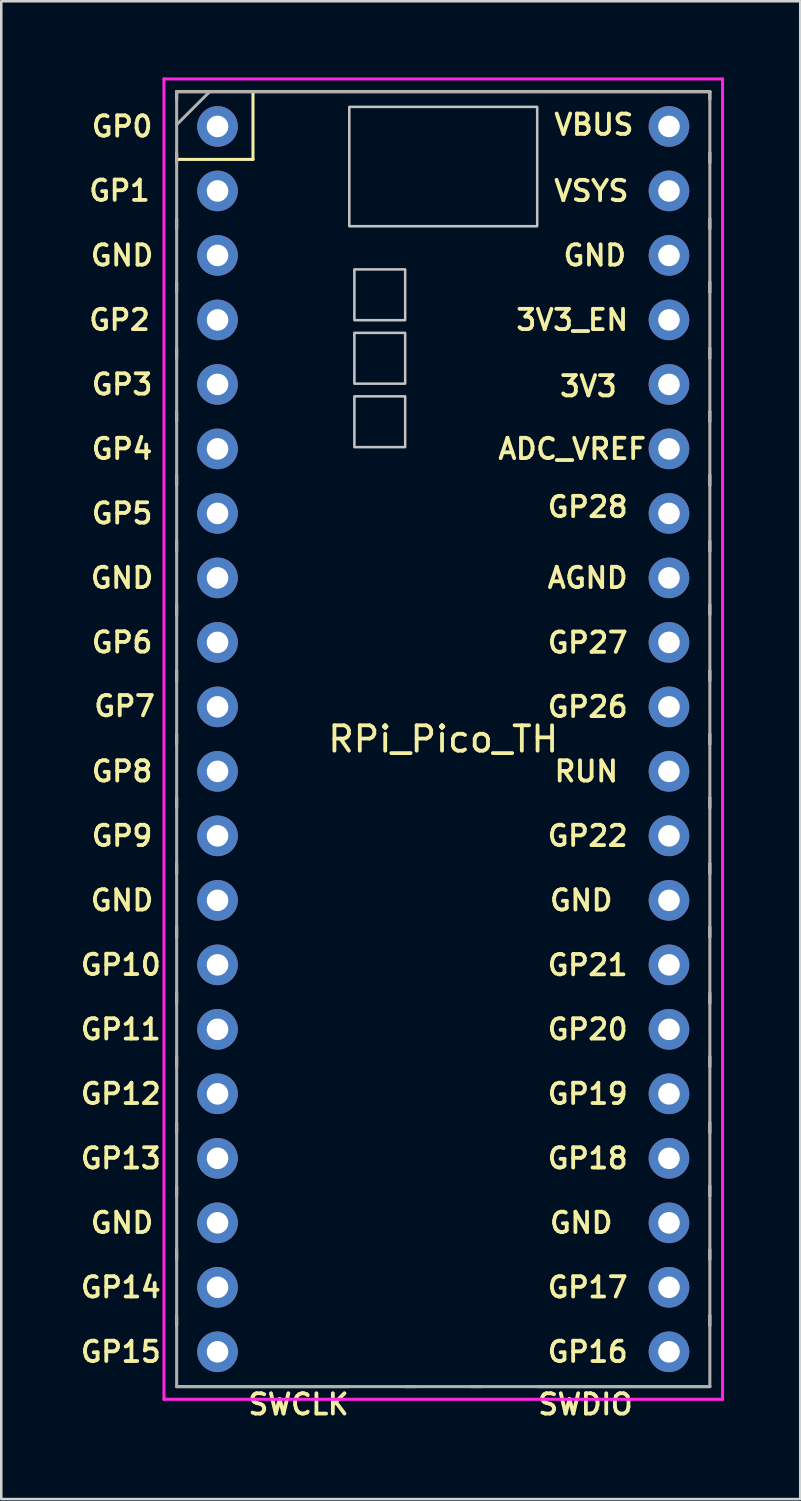
<source format=kicad_pcb>
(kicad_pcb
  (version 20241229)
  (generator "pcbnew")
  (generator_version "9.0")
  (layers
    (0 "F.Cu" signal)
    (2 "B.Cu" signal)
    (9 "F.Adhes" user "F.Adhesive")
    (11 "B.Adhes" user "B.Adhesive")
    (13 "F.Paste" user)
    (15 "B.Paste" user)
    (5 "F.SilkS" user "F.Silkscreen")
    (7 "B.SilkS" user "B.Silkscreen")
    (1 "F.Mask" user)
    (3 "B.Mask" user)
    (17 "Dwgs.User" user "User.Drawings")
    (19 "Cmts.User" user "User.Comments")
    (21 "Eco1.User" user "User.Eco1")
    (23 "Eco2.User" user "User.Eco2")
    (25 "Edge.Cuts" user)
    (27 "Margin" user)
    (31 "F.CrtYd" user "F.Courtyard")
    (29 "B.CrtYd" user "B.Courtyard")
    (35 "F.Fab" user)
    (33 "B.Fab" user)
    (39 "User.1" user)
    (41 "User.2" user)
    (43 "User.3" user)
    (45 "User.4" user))
  (footprint "RPi_Pico_TH"
    (layer "F.Cu")
    (at 14.407 26.06)
    (property "Reference" "RPi_Pico_TH" (at 0 0 0) (layer "F.SilkS") (effects (font (size 1 1) (thickness 0.15))))
    (attr through_hole)
    (fp_line (start -10.5 -25.5) (end -10.5 -25.2) (stroke (width 0.12) (type solid)) (layer "F.SilkS"))
    (fp_line (start -10.5 -25.5) (end 10.5 -25.5) (stroke (width 0.12) (type solid)) (layer "F.SilkS"))
    (fp_line (start -10.5 -23.1) (end -10.5 -22.7) (stroke (width 0.12) (type solid)) (layer "F.SilkS"))
    (fp_line (start -10.5 -22.833) (end -7.493 -22.833) (stroke (width 0.12) (type solid)) (layer "F.SilkS"))
    (fp_line (start -10.5 -20.5) (end -10.5 -20.1) (stroke (width 0.12) (type solid)) (layer "F.SilkS"))
    (fp_line (start -10.5 -18) (end -10.5 -17.6) (stroke (width 0.12) (type solid)) (layer "F.SilkS"))
    (fp_line (start -10.5 -15.4) (end -10.5 -15) (stroke (width 0.12) (type solid)) (layer "F.SilkS"))
    (fp_line (start -10.5 -12.9) (end -10.5 -12.5) (stroke (width 0.12) (type solid)) (layer "F.SilkS"))
    (fp_line (start -10.5 -10.4) (end -10.5 -10) (stroke (width 0.12) (type solid)) (layer "F.SilkS"))
    (fp_line (start -10.5 -7.8) (end -10.5 -7.4) (stroke (width 0.12) (type solid)) (layer "F.SilkS"))
    (fp_line (start -10.5 -5.3) (end -10.5 -4.9) (stroke (width 0.12) (type solid)) (layer "F.SilkS"))
    (fp_line (start -10.5 -2.7) (end -10.5 -2.3) (stroke (width 0.12) (type solid)) (layer "F.SilkS"))
    (fp_line (start -10.5 -0.2) (end -10.5 0.2) (stroke (width 0.12) (type solid)) (layer "F.SilkS"))
    (fp_line (start -10.5 2.3) (end -10.5 2.7) (stroke (width 0.12) (type solid)) (layer "F.SilkS"))
    (fp_line (start -10.5 4.9) (end -10.5 5.3) (stroke (width 0.12) (type solid)) (layer "F.SilkS"))
    (fp_line (start -10.5 7.4) (end -10.5 7.8) (stroke (width 0.12) (type solid)) (layer "F.SilkS"))
    (fp_line (start -10.5 10) (end -10.5 10.4) (stroke (width 0.12) (type solid)) (layer "F.SilkS"))
    (fp_line (start -10.5 12.5) (end -10.5 12.9) (stroke (width 0.12) (type solid)) (layer "F.SilkS"))
    (fp_line (start -10.5 15.1) (end -10.5 15.5) (stroke (width 0.12) (type solid)) (layer "F.SilkS"))
    (fp_line (start -10.5 17.6) (end -10.5 18) (stroke (width 0.12) (type solid)) (layer "F.SilkS"))
    (fp_line (start -10.5 20.1) (end -10.5 20.5) (stroke (width 0.12) (type solid)) (layer "F.SilkS"))
    (fp_line (start -10.5 22.7) (end -10.5 23.1) (stroke (width 0.12) (type solid)) (layer "F.SilkS"))
    (fp_line (start -7.493 -22.833) (end -7.493 -25.5) (stroke (width 0.12) (type solid)) (layer "F.SilkS"))
    (fp_line (start -3.7 25.5) (end -10.5 25.5) (stroke (width 0.12) (type solid)) (layer "F.SilkS"))
    (fp_line (start -1.5 25.5) (end -1.1 25.5) (stroke (width 0.12) (type solid)) (layer "F.SilkS"))
    (fp_line (start 1.1 25.5) (end 1.5 25.5) (stroke (width 0.12) (type solid)) (layer "F.SilkS"))
    (fp_line (start 10.5 -25.5) (end 10.5 -25.2) (stroke (width 0.12) (type solid)) (layer "F.SilkS"))
    (fp_line (start 10.5 -23.1) (end 10.5 -22.7) (stroke (width 0.12) (type solid)) (layer "F.SilkS"))
    (fp_line (start 10.5 -20.5) (end 10.5 -20.1) (stroke (width 0.12) (type solid)) (layer "F.SilkS"))
    (fp_line (start 10.5 -18) (end 10.5 -17.6) (stroke (width 0.12) (type solid)) (layer "F.SilkS"))
    (fp_line (start 10.5 -15.4) (end 10.5 -15) (stroke (width 0.12) (type solid)) (layer "F.SilkS"))
    (fp_line (start 10.5 -12.9) (end 10.5 -12.5) (stroke (width 0.12) (type solid)) (layer "F.SilkS"))
    (fp_line (start 10.5 -10.4) (end 10.5 -10) (stroke (width 0.12) (type solid)) (layer "F.SilkS"))
    (fp_line (start 10.5 -7.8) (end 10.5 -7.4) (stroke (width 0.12) (type solid)) (layer "F.SilkS"))
    (fp_line (start 10.5 -5.3) (end 10.5 -4.9) (stroke (width 0.12) (type solid)) (layer "F.SilkS"))
    (fp_line (start 10.5 -2.7) (end 10.5 -2.3) (stroke (width 0.12) (type solid)) (layer "F.SilkS"))
    (fp_line (start 10.5 -0.2) (end 10.5 0.2) (stroke (width 0.12) (type solid)) (layer "F.SilkS"))
    (fp_line (start 10.5 2.3) (end 10.5 2.7) (stroke (width 0.12) (type solid)) (layer "F.SilkS"))
    (fp_line (start 10.5 4.9) (end 10.5 5.3) (stroke (width 0.12) (type solid)) (layer "F.SilkS"))
    (fp_line (start 10.5 7.4) (end 10.5 7.8) (stroke (width 0.12) (type solid)) (layer "F.SilkS"))
    (fp_line (start 10.5 10) (end 10.5 10.4) (stroke (width 0.12) (type solid)) (layer "F.SilkS"))
    (fp_line (start 10.5 12.5) (end 10.5 12.9) (stroke (width 0.12) (type solid)) (layer "F.SilkS"))
    (fp_line (start 10.5 15.1) (end 10.5 15.5) (stroke (width 0.12) (type solid)) (layer "F.SilkS"))
    (fp_line (start 10.5 17.6) (end 10.5 18) (stroke (width 0.12) (type solid)) (layer "F.SilkS"))
    (fp_line (start 10.5 20.1) (end 10.5 20.5) (stroke (width 0.12) (type solid)) (layer "F.SilkS"))
    (fp_line (start 10.5 22.7) (end 10.5 23.1) (stroke (width 0.12) (type solid)) (layer "F.SilkS"))
    (fp_line (start 10.5 25.5) (end 3.7 25.5) (stroke (width 0.12) (type solid)) (layer "F.SilkS"))
    (fp_poly (pts (xy -1.5 -16.5) (xy -3.5 -16.5) (xy -3.5 -18.5) (xy -1.5 -18.5)) (stroke (width 0.1) (type solid)) (fill no) (layer "Dwgs.User"))
    (fp_poly (pts (xy -1.5 -14) (xy -3.5 -14) (xy -3.5 -16) (xy -1.5 -16)) (stroke (width 0.1) (type solid)) (fill no) (layer "Dwgs.User"))
    (fp_poly (pts (xy -1.5 -11.5) (xy -3.5 -11.5) (xy -3.5 -13.5) (xy -1.5 -13.5)) (stroke (width 0.1) (type solid)) (fill no) (layer "Dwgs.User"))
    (fp_poly (pts (xy 3.7 -20.2) (xy -3.7 -20.2) (xy -3.7 -24.9) (xy 3.7 -24.9)) (stroke (width 0.1) (type solid)) (fill no) (layer "Dwgs.User"))
    (fp_line (start -11 -26) (end 11 -26) (stroke (width 0.12) (type solid)) (layer "F.CrtYd"))
    (fp_line (start -11 26) (end -11 -26) (stroke (width 0.12) (type solid)) (layer "F.CrtYd"))
    (fp_line (start 11 -26) (end 11 26) (stroke (width 0.12) (type solid)) (layer "F.CrtYd"))
    (fp_line (start 11 26) (end -11 26) (stroke (width 0.12) (type solid)) (layer "F.CrtYd"))
    (fp_line (start -10.5 -25.5) (end 10.5 -25.5) (stroke (width 0.12) (type solid)) (layer "F.Fab"))
    (fp_line (start -10.5 -24.2) (end -9.2 -25.5) (stroke (width 0.12) (type solid)) (layer "F.Fab"))
    (fp_line (start -10.5 25.5) (end -10.5 -25.5) (stroke (width 0.12) (type solid)) (layer "F.Fab"))
    (fp_line (start 10.5 -25.5) (end 10.5 25.5) (stroke (width 0.12) (type solid)) (layer "F.Fab"))
    (fp_line (start 10.5 25.5) (end -10.5 25.5) (stroke (width 0.12) (type solid)) (layer "F.Fab"))
    (fp_text user "GND" (at -12.65 6.35 0) (layer "F.SilkS") (effects (font (size 0.8 0.8) (thickness 0.15))))
    (fp_text user "3V3_EN" (at 5.08 -16.51 0) (layer "F.SilkS") (effects (font (size 0.8 0.8) (thickness 0.15))))
    (fp_text user "GP13" (at -12.7 16.51 0) (layer "F.SilkS") (effects (font (size 0.8 0.8) (thickness 0.15))))
    (fp_text user "RUN" (at 5.634 1.27 0) (layer "F.SilkS") (effects (font (size 0.8 0.8) (thickness 0.15))))
    (fp_text user "GP6" (at -12.65 -3.81 0) (layer "F.SilkS") (effects (font (size 0.8 0.8) (thickness 0.15))))
    (fp_text user "GP12" (at -12.7 13.97 0) (layer "F.SilkS") (effects (font (size 0.8 0.8) (thickness 0.15))))
    (fp_text user "SWCLK" (at -5.7 26.2 0) (layer "F.SilkS") (effects (font (size 0.8 0.8) (thickness 0.15))))
    (fp_text user "GP4" (at -12.65 -11.43 0) (layer "F.SilkS") (effects (font (size 0.8 0.8) (thickness 0.15))))
    (fp_text user "GP11" (at -12.7 11.43 0) (layer "F.SilkS") (effects (font (size 0.8 0.8) (thickness 0.15))))
    (fp_text user "GP17" (at 5.688 21.59 0) (layer "F.SilkS") (effects (font (size 0.8 0.8) (thickness 0.15))))
    (fp_text user "GP27" (at 5.688 -3.8 0) (layer "F.SilkS") (effects (font (size 0.8 0.8) (thickness 0.15))))
    (fp_text user "GP16" (at 5.688 24.13 0) (layer "F.SilkS") (effects (font (size 0.8 0.8) (thickness 0.15))))
    (fp_text user "GP28" (at 5.688 -9.144 0) (layer "F.SilkS") (effects (font (size 0.8 0.8) (thickness 0.15))))
    (fp_text user "GP21" (at 5.688 8.9 0) (layer "F.SilkS") (effects (font (size 0.8 0.8) (thickness 0.15))))
    (fp_text user "GP20" (at 5.688 11.43 0) (layer "F.SilkS") (effects (font (size 0.8 0.8) (thickness 0.15))))
    (fp_text user "GP0" (at -12.65 -24.13 0) (layer "F.SilkS") (effects (font (size 0.8 0.8) (thickness 0.15))))
    (fp_text user "GND" (at 5.969 -19.05 0) (layer "F.SilkS") (effects (font (size 0.8 0.8) (thickness 0.15))))
    (fp_text user "GP14" (at -12.7 21.59 0) (layer "F.SilkS") (effects (font (size 0.8 0.8) (thickness 0.15))))
    (fp_text user "GP9" (at -12.65 3.81 0) (layer "F.SilkS") (effects (font (size 0.8 0.8) (thickness 0.15))))
    (fp_text user "3V3" (at 5.715 -13.9 0) (layer "F.SilkS") (effects (font (size 0.8 0.8) (thickness 0.15))))
    (fp_text user "GND" (at -12.65 -6.35 0) (layer "F.SilkS") (effects (font (size 0.8 0.8) (thickness 0.15))))
    (fp_text user "GP7" (at -12.55 -1.3 0) (layer "F.SilkS") (effects (font (size 0.8 0.8) (thickness 0.15))))
    (fp_text user "GND" (at 5.434 19.05 0) (layer "F.SilkS") (effects (font (size 0.8 0.8) (thickness 0.15))))
    (fp_text user "GP2" (at -12.75 -16.51 0) (layer "F.SilkS") (effects (font (size 0.8 0.8) (thickness 0.15))))
    (fp_text user "GP18" (at 5.688 16.51 0) (layer "F.SilkS") (effects (font (size 0.8 0.8) (thickness 0.15))))
    (fp_text user "GND" (at -12.65 -19.05 0) (layer "F.SilkS") (effects (font (size 0.8 0.8) (thickness 0.15))))
    (fp_text user "GP22" (at 5.688 3.81 0) (layer "F.SilkS") (effects (font (size 0.8 0.8) (thickness 0.15))))
    (fp_text user "GP15" (at -12.7 24.13 0) (layer "F.SilkS") (effects (font (size 0.8 0.8) (thickness 0.15))))
    (fp_text user "GP8" (at -12.65 1.27 0) (layer "F.SilkS") (effects (font (size 0.8 0.8) (thickness 0.15))))
    (fp_text user "VBUS" (at 5.934 -24.2 0) (layer "F.SilkS") (effects (font (size 0.8 0.8) (thickness 0.15))))
    (fp_text user "GP5" (at -12.65 -8.89 0) (layer "F.SilkS") (effects (font (size 0.8 0.8) (thickness 0.15))))
    (fp_text user "GP19" (at 5.688 13.97 0) (layer "F.SilkS") (effects (font (size 0.8 0.8) (thickness 0.15))))
    (fp_text user "GP26" (at 5.688 -1.27 0) (layer "F.SilkS") (effects (font (size 0.8 0.8) (thickness 0.15))))
    (fp_text user "AGND" (at 5.688 -6.35 0) (layer "F.SilkS") (effects (font (size 0.8 0.8) (thickness 0.15))))
    (fp_text user "VSYS" (at 5.834 -21.59 0) (layer "F.SilkS") (effects (font (size 0.8 0.8) (thickness 0.15))))
    (fp_text user "GP10" (at -12.7 8.89 0) (layer "F.SilkS") (effects (font (size 0.8 0.8) (thickness 0.15))))
    (fp_text user "GP3" (at -12.65 -13.97 0) (layer "F.SilkS") (effects (font (size 0.8 0.8) (thickness 0.15))))
    (fp_text user "ADC_VREF" (at 5.08 -11.43 0) (layer "F.SilkS") (effects (font (size 0.8 0.8) (thickness 0.15))))
    (fp_text user "SWDIO" (at 5.6 26.2 0) (layer "F.SilkS") (effects (font (size 0.8 0.8) (thickness 0.15))))
    (fp_text user "GP1" (at -12.75 -21.6 0) (layer "F.SilkS") (effects (font (size 0.8 0.8) (thickness 0.15))))
    (fp_text user "GND" (at 5.434 6.35 0) (layer "F.SilkS") (effects (font (size 0.8 0.8) (thickness 0.15))))
    (fp_text user "GND" (at -12.65 19.05 0) (layer "F.SilkS") (effects (font (size 0.8 0.8) (thickness 0.15))))
    (pad "1" thru_hole oval (at -8.89 -24.13) (size 1.6 1.6) (drill 0.85) (layers "*.Cu" "*.Mask"))
    (pad "2" thru_hole oval (at -8.89 -21.59) (size 1.6 1.6) (drill 0.85) (layers "*.Cu" "*.Mask"))
    (pad "3" thru_hole oval (at -8.89 -19.05) (size 1.6 1.6) (drill 0.85) (layers "*.Cu" "*.Mask"))
    (pad "4" thru_hole oval (at -8.89 -16.51) (size 1.6 1.6) (drill 0.85) (layers "*.Cu" "*.Mask"))
    (pad "5" thru_hole oval (at -8.89 -13.97) (size 1.6 1.6) (drill 0.85) (layers "*.Cu" "*.Mask"))
    (pad "6" thru_hole oval (at -8.89 -11.43) (size 1.6 1.6) (drill 0.85) (layers "*.Cu" "*.Mask"))
    (pad "7" thru_hole oval (at -8.89 -8.89) (size 1.6 1.6) (drill 0.85) (layers "*.Cu" "*.Mask"))
    (pad "8" thru_hole oval (at -8.89 -6.35) (size 1.6 1.6) (drill 0.85) (layers "*.Cu" "*.Mask"))
    (pad "9" thru_hole oval (at -8.89 -3.81) (size 1.6 1.6) (drill 0.85) (layers "*.Cu" "*.Mask"))
    (pad "10" thru_hole oval (at -8.89 -1.27) (size 1.6 1.6) (drill 0.85) (layers "*.Cu" "*.Mask"))
    (pad "11" thru_hole oval (at -8.89 1.27) (size 1.6 1.6) (drill 0.85) (layers "*.Cu" "*.Mask"))
    (pad "12" thru_hole oval (at -8.89 3.81) (size 1.6 1.6) (drill 0.85) (layers "*.Cu" "*.Mask"))
    (pad "13" thru_hole oval (at -8.89 6.35) (size 1.6 1.6) (drill 0.85) (layers "*.Cu" "*.Mask"))
    (pad "14" thru_hole oval (at -8.89 8.89) (size 1.6 1.6) (drill 0.85) (layers "*.Cu" "*.Mask"))
    (pad "15" thru_hole oval (at -8.89 11.43) (size 1.6 1.6) (drill 0.85) (layers "*.Cu" "*.Mask"))
    (pad "16" thru_hole oval (at -8.89 13.97) (size 1.6 1.6) (drill 0.85) (layers "*.Cu" "*.Mask"))
    (pad "17" thru_hole oval (at -8.89 16.51) (size 1.6 1.6) (drill 0.85) (layers "*.Cu" "*.Mask"))
    (pad "18" thru_hole oval (at -8.89 19.05) (size 1.6 1.6) (drill 0.85) (layers "*.Cu" "*.Mask"))
    (pad "19" thru_hole oval (at -8.89 21.59) (size 1.6 1.6) (drill 0.85) (layers "*.Cu" "*.Mask"))
    (pad "20" thru_hole oval (at -8.89 24.13) (size 1.6 1.6) (drill 0.85) (layers "*.Cu" "*.Mask"))
    (pad "21" thru_hole oval (at 8.89 24.13) (size 1.6 1.6) (drill 0.85) (layers "*.Cu" "*.Mask"))
    (pad "22" thru_hole oval (at 8.89 21.59) (size 1.6 1.6) (drill 0.85) (layers "*.Cu" "*.Mask"))
    (pad "23" thru_hole oval (at 8.89 19.05) (size 1.6 1.6) (drill 0.85) (layers "*.Cu" "*.Mask"))
    (pad "24" thru_hole oval (at 8.89 16.51) (size 1.6 1.6) (drill 0.85) (layers "*.Cu" "*.Mask"))
    (pad "25" thru_hole oval (at 8.89 13.97) (size 1.6 1.6) (drill 0.85) (layers "*.Cu" "*.Mask"))
    (pad "26" thru_hole oval (at 8.89 11.43) (size 1.6 1.6) (drill 0.85) (layers "*.Cu" "*.Mask"))
    (pad "27" thru_hole oval (at 8.89 8.89) (size 1.6 1.6) (drill 0.85) (layers "*.Cu" "*.Mask"))
    (pad "28" thru_hole oval (at 8.89 6.35) (size 1.6 1.6) (drill 0.85) (layers "*.Cu" "*.Mask"))
    (pad "29" thru_hole oval (at 8.89 3.81) (size 1.6 1.6) (drill 0.85) (layers "*.Cu" "*.Mask"))
    (pad "30" thru_hole oval (at 8.89 1.27) (size 1.6 1.6) (drill 0.85) (layers "*.Cu" "*.Mask"))
    (pad "31" thru_hole oval (at 8.89 -1.27) (size 1.6 1.6) (drill 0.85) (layers "*.Cu" "*.Mask"))
    (pad "32" thru_hole oval (at 8.89 -3.81) (size 1.6 1.6) (drill 0.85) (layers "*.Cu" "*.Mask"))
    (pad "33" thru_hole oval (at 8.89 -6.35) (size 1.6 1.6) (drill 0.85) (layers "*.Cu" "*.Mask"))
    (pad "34" thru_hole oval (at 8.89 -8.89) (size 1.6 1.6) (drill 0.85) (layers "*.Cu" "*.Mask"))
    (pad "35" thru_hole oval (at 8.89 -11.43) (size 1.6 1.6) (drill 0.85) (layers "*.Cu" "*.Mask"))
    (pad "36" thru_hole oval (at 8.89 -13.97) (size 1.6 1.6) (drill 0.85) (layers "*.Cu" "*.Mask"))
    (pad "37" thru_hole oval (at 8.89 -16.51) (size 1.6 1.6) (drill 0.85) (layers "*.Cu" "*.Mask"))
    (pad "38" thru_hole oval (at 8.89 -19.05) (size 1.6 1.6) (drill 0.85) (layers "*.Cu" "*.Mask"))
    (pad "39" thru_hole oval (at 8.89 -21.59) (size 1.6 1.6) (drill 0.85) (layers "*.Cu" "*.Mask"))
    (pad "40" thru_hole oval (at 8.89 -24.13) (size 1.6 1.6) (drill 0.85) (layers "*.Cu" "*.Mask")))
  (gr_rect
    (start -3 -3)
    (end 28.467 55.991)
    (stroke (width 0.1) (type default))
    (fill no)
    (layer "Edge.Cuts")))
</source>
